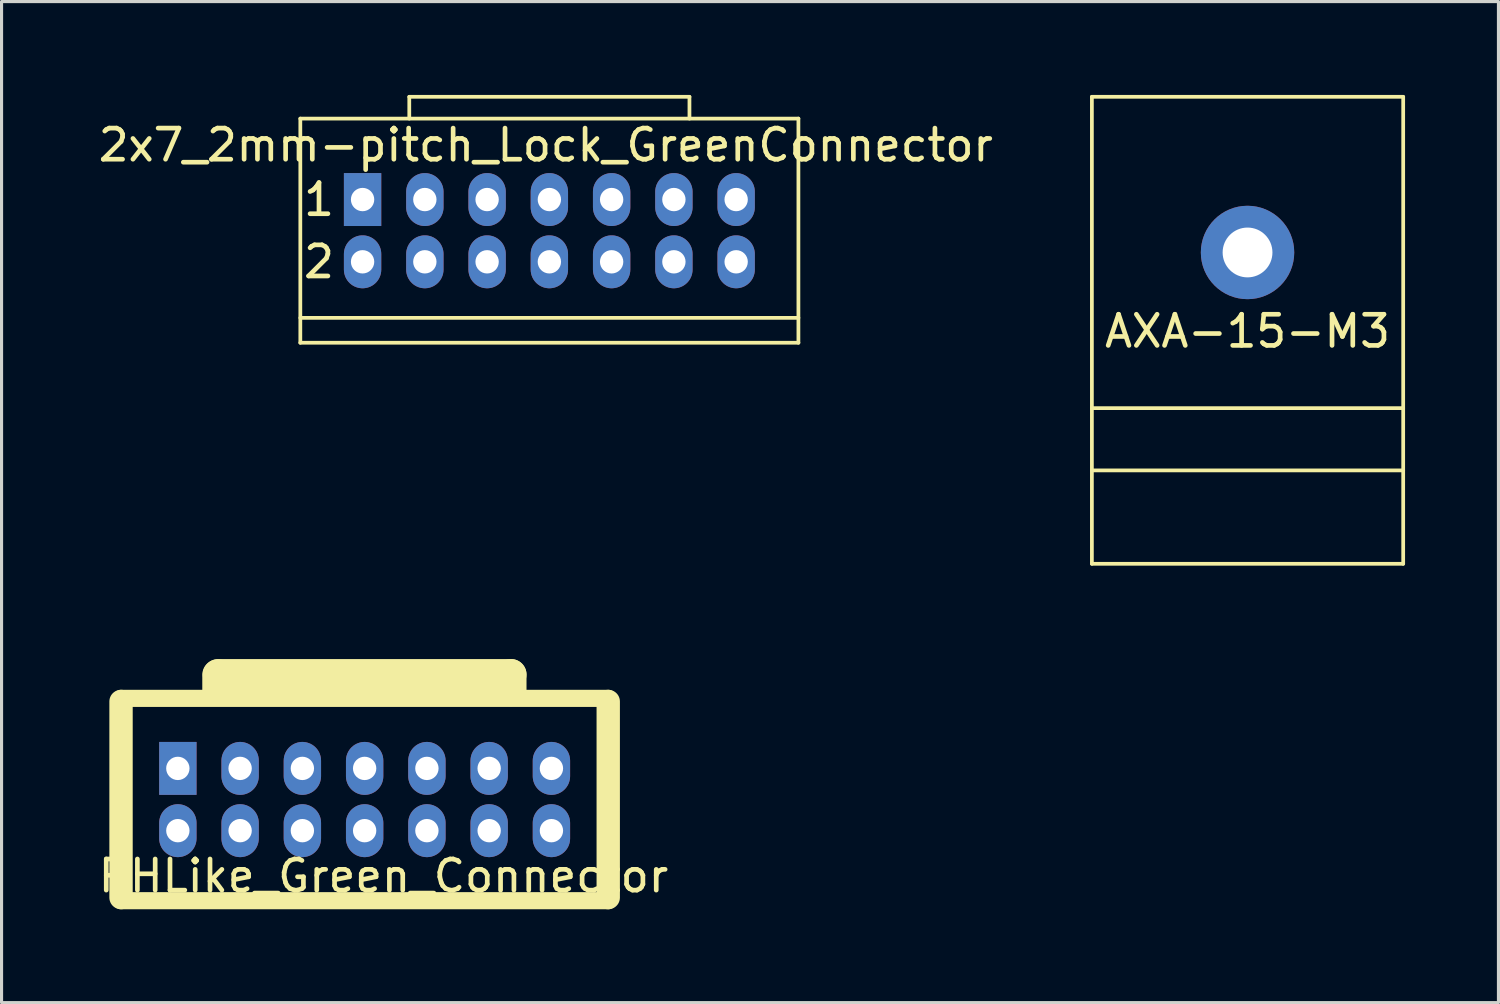
<source format=kicad_pcb>
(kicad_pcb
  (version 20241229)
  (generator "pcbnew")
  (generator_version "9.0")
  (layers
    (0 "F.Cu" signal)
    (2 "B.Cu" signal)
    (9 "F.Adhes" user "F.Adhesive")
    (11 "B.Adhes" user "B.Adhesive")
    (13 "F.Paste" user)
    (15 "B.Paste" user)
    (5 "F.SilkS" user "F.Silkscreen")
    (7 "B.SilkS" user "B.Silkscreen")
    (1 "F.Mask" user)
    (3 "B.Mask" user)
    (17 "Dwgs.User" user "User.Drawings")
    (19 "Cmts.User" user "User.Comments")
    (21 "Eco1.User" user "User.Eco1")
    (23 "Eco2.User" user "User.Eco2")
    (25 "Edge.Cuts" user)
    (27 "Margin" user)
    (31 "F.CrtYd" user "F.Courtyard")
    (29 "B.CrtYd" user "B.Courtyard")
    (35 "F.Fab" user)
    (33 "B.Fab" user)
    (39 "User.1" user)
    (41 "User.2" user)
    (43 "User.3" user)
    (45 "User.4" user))
  (footprint "PHLike_Green_Connector"
    (layer "F.Cu")
    (at 2.663 21.633)
    (property "Reference" "PHLike_Green_Connector" (at 6.605 3.455 0) (layer "F.SilkS") (effects (font (size 1 1) (thickness 0.15))))
    (attr through_hole)
    (fp_line (start -1.825 -2.25) (end 13.825 -2.25) (stroke (width 0.55) (type solid)) (layer "F.SilkS"))
    (fp_line (start -1.825 -2.15) (end -1.825 4.15) (stroke (width 0.75) (type solid)) (layer "F.SilkS"))
    (fp_line (start -1.825 4.25) (end 13.825 4.25) (stroke (width 0.55) (type solid)) (layer "F.SilkS"))
    (fp_line (start 1.285 -3.005) (end 1.285 -2.515) (stroke (width 1) (type solid)) (layer "F.SilkS"))
    (fp_line (start 1.3 -3.013) (end 10.7 -3.013) (stroke (width 1) (type solid)) (layer "F.SilkS"))
    (fp_line (start 10.7 -3.013) (end 10.7 -2.5) (stroke (width 1) (type solid)) (layer "F.SilkS"))
    (fp_line (start 13.825 -2.15) (end 13.825 4.15) (stroke (width 0.75) (type solid)) (layer "F.SilkS"))
    (pad "1" thru_hole rect (at 0 0) (size 1.2 1.7) (drill 0.75) (layers "*.Cu" "*.Mask"))
    (pad "2" thru_hole oval (at 2 0) (size 1.2 1.7) (drill 0.75) (layers "*.Cu" "*.Mask"))
    (pad "3" thru_hole oval (at 4 0) (size 1.2 1.7) (drill 0.75) (layers "*.Cu" "*.Mask"))
    (pad "4" thru_hole oval (at 6 0) (size 1.2 1.7) (drill 0.75) (layers "*.Cu" "*.Mask"))
    (pad "5" thru_hole oval (at 8 0) (size 1.2 1.7) (drill 0.75) (layers "*.Cu" "*.Mask"))
    (pad "6" thru_hole oval (at 10 0) (size 1.2 1.7) (drill 0.75) (layers "*.Cu" "*.Mask"))
    (pad "7" thru_hole oval (at 12 0) (size 1.2 1.7) (drill 0.75) (layers "*.Cu" "*.Mask"))
    (pad "8" thru_hole oval (at 12 2) (size 1.2 1.7) (drill 0.75) (layers "*.Cu" "*.Mask"))
    (pad "9" thru_hole oval (at 10 2) (size 1.2 1.7) (drill 0.75) (layers "*.Cu" "*.Mask"))
    (pad "10" thru_hole oval (at 8 2) (size 1.2 1.7) (drill 0.75) (layers "*.Cu" "*.Mask"))
    (pad "11" thru_hole oval (at 6 2) (size 1.2 1.7) (drill 0.75) (layers "*.Cu" "*.Mask"))
    (pad "12" thru_hole oval (at 4 2) (size 1.2 1.7) (drill 0.75) (layers "*.Cu" "*.Mask"))
    (pad "13" thru_hole oval (at 2 2) (size 1.2 1.7) (drill 0.75) (layers "*.Cu" "*.Mask"))
    (pad "14" thru_hole oval (at 0 2) (size 1.2 1.7) (drill 0.75) (layers "*.Cu" "*.Mask")))
  (footprint "2x7_2mm-pitch_Lock_GreenConnector"
    (layer "F.Cu")
    (at 8.597 3.36)
    (property "Reference" "2x7_2mm-pitch_Lock_GreenConnector" (at 5.885 -1.75 0) (layer "F.SilkS") (effects (font (size 1 1) (thickness 0.15))))
    (attr through_hole)
    (fp_line (start -2 -2.6) (end -2 4.6) (stroke (width 0.12) (type solid)) (layer "F.SilkS"))
    (fp_line (start -2 -2.6) (end 14 -2.6) (stroke (width 0.12) (type solid)) (layer "F.SilkS"))
    (fp_line (start -2 3.8) (end 14 3.8) (stroke (width 0.12) (type solid)) (layer "F.SilkS"))
    (fp_line (start -2 4.6) (end 14 4.6) (stroke (width 0.12) (type solid)) (layer "F.SilkS"))
    (fp_line (start 1.5 -3.3) (end 1.5 -2.6) (stroke (width 0.12) (type solid)) (layer "F.SilkS"))
    (fp_line (start 1.5 -3.3) (end 10.5 -3.3) (stroke (width 0.12) (type solid)) (layer "F.SilkS"))
    (fp_line (start 10.5 -3.3) (end 10.5 -2.6) (stroke (width 0.12) (type solid)) (layer "F.SilkS"))
    (fp_line (start 14 -2.6) (end 14 4.6) (stroke (width 0.12) (type solid)) (layer "F.SilkS"))
    (fp_text user "1" (at -1.4 0 0) (layer "F.SilkS") (effects (font (size 1 1) (thickness 0.15))))
    (fp_text user "2" (at -1.4 2 0) (layer "F.SilkS") (effects (font (size 1 1) (thickness 0.15))))
    (pad "1" thru_hole rect (at 0 0) (size 1.2 1.7) (drill 0.75) (layers "*.Cu" "*.Mask"))
    (pad "2" thru_hole oval (at 0 2) (size 1.2 1.7) (drill 0.75) (layers "*.Cu" "*.Mask"))
    (pad "3" thru_hole oval (at 2 0) (size 1.2 1.7) (drill 0.75) (layers "*.Cu" "*.Mask"))
    (pad "4" thru_hole oval (at 2 2) (size 1.2 1.7) (drill 0.75) (layers "*.Cu" "*.Mask"))
    (pad "5" thru_hole oval (at 4 0) (size 1.2 1.7) (drill 0.75) (layers "*.Cu" "*.Mask"))
    (pad "6" thru_hole oval (at 4 2) (size 1.2 1.7) (drill 0.75) (layers "*.Cu" "*.Mask"))
    (pad "7" thru_hole oval (at 6 0) (size 1.2 1.7) (drill 0.75) (layers "*.Cu" "*.Mask"))
    (pad "8" thru_hole oval (at 6 2) (size 1.2 1.7) (drill 0.75) (layers "*.Cu" "*.Mask"))
    (pad "9" thru_hole oval (at 8 0) (size 1.2 1.7) (drill 0.75) (layers "*.Cu" "*.Mask"))
    (pad "10" thru_hole oval (at 8 2) (size 1.2 1.7) (drill 0.75) (layers "*.Cu" "*.Mask"))
    (pad "11" thru_hole oval (at 10 0) (size 1.2 1.7) (drill 0.75) (layers "*.Cu" "*.Mask"))
    (pad "12" thru_hole oval (at 10 2) (size 1.2 1.7) (drill 0.75) (layers "*.Cu" "*.Mask"))
    (pad "13" thru_hole oval (at 12 0) (size 1.2 1.7) (drill 0.75) (layers "*.Cu" "*.Mask"))
    (pad "14" thru_hole oval (at 12 2) (size 1.2 1.7) (drill 0.75) (layers "*.Cu" "*.Mask")))
  (footprint "AXA-15-M3"
    (layer "F.Cu")
    (at 37.024 5.06)
    (property "Reference" "AXA-15-M3" (at 0 2.53 0) (layer "F.SilkS") (effects (font (size 1 1) (thickness 0.15))))
    (attr through_hole)
    (fp_line (start -5 -5) (end -5 10) (stroke (width 0.12) (type solid)) (layer "F.SilkS"))
    (fp_line (start -5 -5) (end 5 -5) (stroke (width 0.12) (type solid)) (layer "F.SilkS"))
    (fp_line (start -5 5) (end 5 5) (stroke (width 0.12) (type solid)) (layer "F.SilkS"))
    (fp_line (start -5 7) (end 5 7) (stroke (width 0.12) (type solid)) (layer "F.SilkS"))
    (fp_line (start -5 10) (end 5 10) (stroke (width 0.12) (type solid)) (layer "F.SilkS"))
    (fp_line (start 5 -5) (end 5 10) (stroke (width 0.12) (type solid)) (layer "F.SilkS"))
    (pad "1" thru_hole circle (at 0 0) (size 3 3) (drill 1.6) (layers "*.Cu" "*.Mask")))
  (gr_rect
    (start -3 -3)
    (end 45.084 29.157)
    (stroke (width 0.1) (type default))
    (fill no)
    (layer "Edge.Cuts")))
</source>
